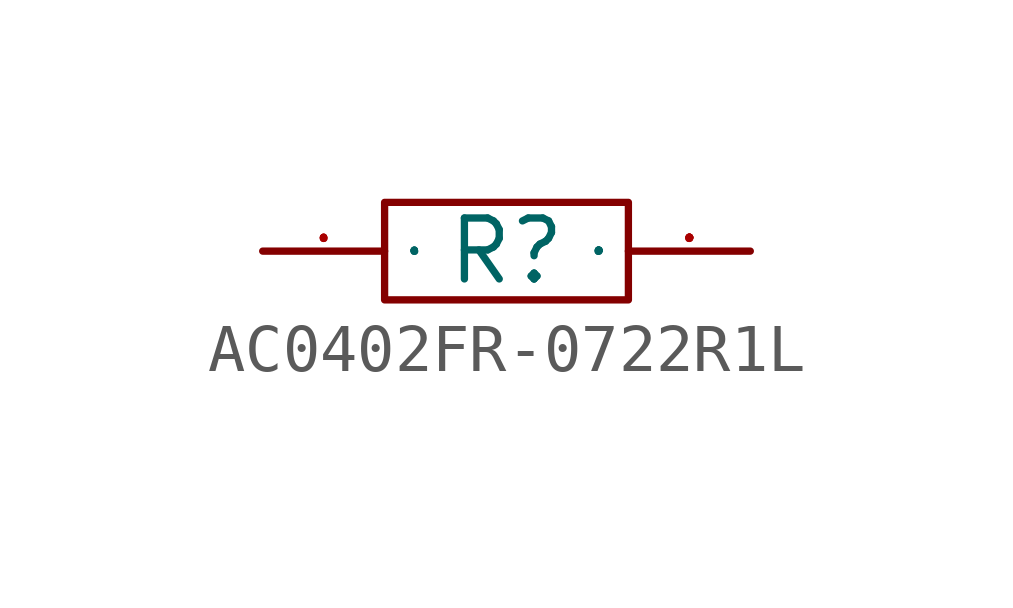
<source format=kicad_sym>
(kicad_symbol_lib
  (version 20241209)
  (generator "kicad_symbol_editor")
  (generator_version "9.0")
  (symbol "AC0402FR-0722R1L"
    (property "Reference" "R"
      (at 0 0 0)
      (effects (font (size 1.27 1.27))))
    (symbol "AC0402FR-0722R1L_1_0"
      (rectangle (start -2.54 -1.016) (end 2.54 1.016) (stroke (width 0) (type default)) (fill (type none)))
      (pin input line (at -5.08 0 0) (length 2.54) (name "1" (effects (font (size 0.025 0.025)))) (number "1" (effects (font (size 0.025 0.025)))))
      (pin input line (at 5.08 0 180) (length 2.54) (name "2" (effects (font (size 0.025 0.025)))) (number "2" (effects (font (size 0.025 0.025))))))))
</source>
